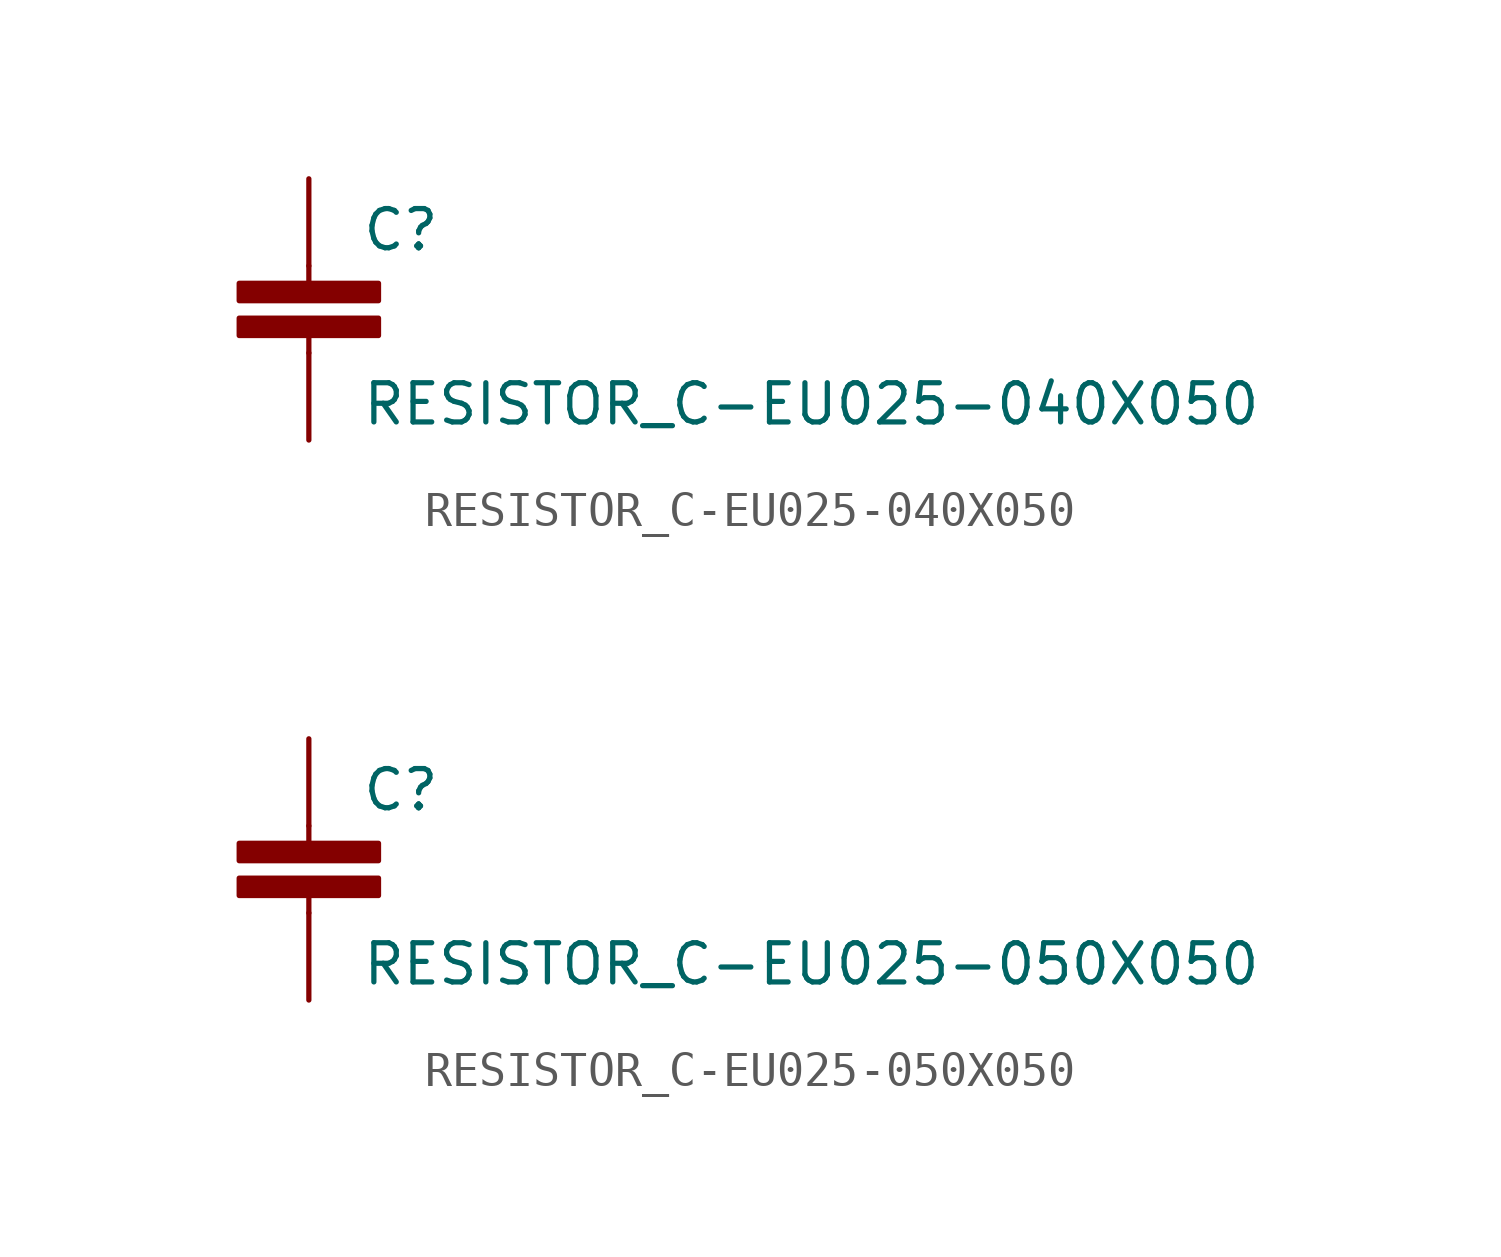
<source format=kicad_sym>
(kicad_symbol_lib
  (version 20210619)
  (generator kicad_symbol_editor)
  (symbol "RESISTOR_C-EU025-040X050"
    (pin_numbers hide)
    (pin_names
      (offset 1.016) hide)
    (property "Reference" "C"
      (at 1.524 0.381 0)
      (effects (font (size 1.143 1.143)) (justify left bottom)))
    (property "Value" "RESISTOR_C-EU025-040X050"
      (at 1.524 -4.699 0)
      (effects (font (size 1.143 1.143)) (justify left bottom)))
    (property "ki_locked" ""
      (at 0 0 0)
      (effects (font (size 1.27 1.27))))
    (symbol "RESISTOR_C-EU025-040X050_1_0"
      (polyline (pts (xy 0 -2.54) (xy 0 -2.032)) (stroke (width 0)) (fill (type none)))
      (polyline (pts (xy 0 0) (xy 0 -0.508)) (stroke (width 0)) (fill (type none))))
    (symbol "RESISTOR_C-EU025-040X050_1_1"
      (rectangle (start -2.032 -2.032) (end 2.032 -1.524) (stroke (width 0)) (fill (type outline)))
      (rectangle (start -2.032 -1.016) (end 2.032 -0.508) (stroke (width 0)) (fill (type outline)))
      (pin passive line (at 0 2.54 270) (length 2.54) (name "1" (effects (font (size 1.016 1.016)))) (number "1" (effects (font (size 1.016 1.016)))))
      (pin passive line (at 0 -5.08 90) (length 2.54) (name "2" (effects (font (size 1.016 1.016)))) (number "2" (effects (font (size 1.016 1.016)))))))
  (symbol "RESISTOR_C-EU025-050X050"
    (pin_numbers hide)
    (pin_names
      (offset 1.016) hide)
    (property "Reference" "C"
      (at 1.524 0.381 0)
      (effects (font (size 1.143 1.143)) (justify left bottom)))
    (property "Value" "RESISTOR_C-EU025-050X050"
      (at 1.524 -4.699 0)
      (effects (font (size 1.143 1.143)) (justify left bottom)))
    (property "ki_locked" ""
      (at 0 0 0)
      (effects (font (size 1.27 1.27))))
    (symbol "RESISTOR_C-EU025-050X050_1_0"
      (polyline (pts (xy 0 -2.54) (xy 0 -2.032)) (stroke (width 0)) (fill (type none)))
      (polyline (pts (xy 0 0) (xy 0 -0.508)) (stroke (width 0)) (fill (type none))))
    (symbol "RESISTOR_C-EU025-050X050_1_1"
      (rectangle (start -2.032 -2.032) (end 2.032 -1.524) (stroke (width 0)) (fill (type outline)))
      (rectangle (start -2.032 -1.016) (end 2.032 -0.508) (stroke (width 0)) (fill (type outline)))
      (pin passive line (at 0 2.54 270) (length 2.54) (name "1" (effects (font (size 1.016 1.016)))) (number "1" (effects (font (size 1.016 1.016)))))
      (pin passive line (at 0 -5.08 90) (length 2.54) (name "2" (effects (font (size 1.016 1.016)))) (number "2" (effects (font (size 1.016 1.016))))))))
</source>
